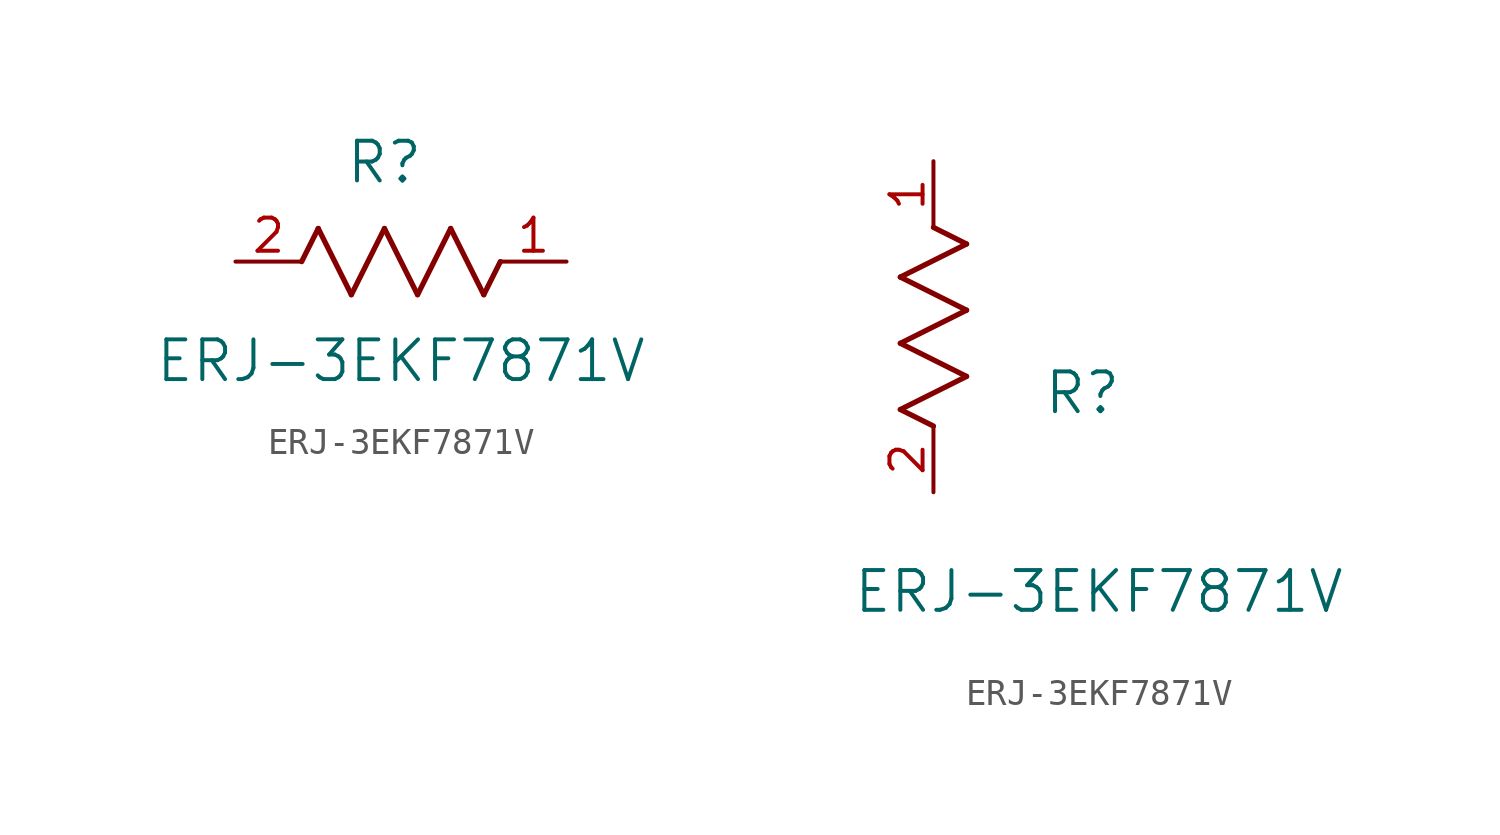
<source format=kicad_sym>
(kicad_symbol_lib
  (version 20211014)
  (generator kicad_symbol_editor)
  (symbol "ERJ-3EKF7871V"
    (pin_names
      (offset 0.254))
    (property "Reference" "R"
      (at 5.715 3.81 0)
      (effects (font (size 1.524 1.524))))
    (property "Value" "ERJ-3EKF7871V"
      (at 6.35 -3.81 0)
      (effects (font (size 1.524 1.524))))
    (symbol "ERJ-3EKF7871V_1_1"
      (polyline (pts (xy 3.175 1.27) (xy 4.445 -1.27)) (stroke (width 0.203) (type default) (color 0 0 0 0)) (fill (type none)))
      (polyline (pts (xy 4.445 -1.27) (xy 5.715 1.27)) (stroke (width 0.203) (type default) (color 0 0 0 0)) (fill (type none)))
      (polyline (pts (xy 5.715 1.27) (xy 6.985 -1.27)) (stroke (width 0.203) (type default) (color 0 0 0 0)) (fill (type none)))
      (polyline (pts (xy 6.985 -1.27) (xy 8.255 1.27)) (stroke (width 0.203) (type default) (color 0 0 0 0)) (fill (type none)))
      (polyline (pts (xy 8.255 1.27) (xy 9.525 -1.27)) (stroke (width 0.203) (type default) (color 0 0 0 0)) (fill (type none)))
      (polyline (pts (xy 2.54 0) (xy 3.175 1.27)) (stroke (width 0.203) (type default) (color 0 0 0 0)) (fill (type none)))
      (polyline (pts (xy 9.525 -1.27) (xy 10.16 0)) (stroke (width 0.203) (type default) (color 0 0 0 0)) (fill (type none)))
      (pin unspecified line (at 12.7 0 180) (length 2.54) (name "" (effects (font (size 1.27 1.27)))) (number "1" (effects (font (size 1.27 1.27)))))
      (pin unspecified line (at 0 0 0) (length 2.54) (name "" (effects (font (size 1.27 1.27)))) (number "2" (effects (font (size 1.27 1.27))))))
    (symbol "ERJ-3EKF7871V_1_2"
      (polyline (pts (xy 0 2.54) (xy -1.27 3.175)) (stroke (width 0.203) (type default) (color 0 0 0 0)) (fill (type none)))
      (polyline (pts (xy -1.27 3.175) (xy 1.27 4.445)) (stroke (width 0.203) (type default) (color 0 0 0 0)) (fill (type none)))
      (polyline (pts (xy 1.27 4.445) (xy -1.27 5.715)) (stroke (width 0.203) (type default) (color 0 0 0 0)) (fill (type none)))
      (polyline (pts (xy -1.27 5.715) (xy 1.27 6.985)) (stroke (width 0.203) (type default) (color 0 0 0 0)) (fill (type none)))
      (polyline (pts (xy -1.27 8.255) (xy 1.27 9.525)) (stroke (width 0.203) (type default) (color 0 0 0 0)) (fill (type none)))
      (polyline (pts (xy 1.27 9.525) (xy 0 10.16)) (stroke (width 0.203) (type default) (color 0 0 0 0)) (fill (type none)))
      (polyline (pts (xy 1.27 6.985) (xy -1.27 8.255)) (stroke (width 0.203) (type default) (color 0 0 0 0)) (fill (type none)))
      (pin unspecified line (at 0 12.7 270) (length 2.54) (name "" (effects (font (size 1.27 1.27)))) (number "1" (effects (font (size 1.27 1.27)))))
      (pin unspecified line (at 0 0 90) (length 2.54) (name "" (effects (font (size 1.27 1.27)))) (number "2" (effects (font (size 1.27 1.27))))))))
</source>
